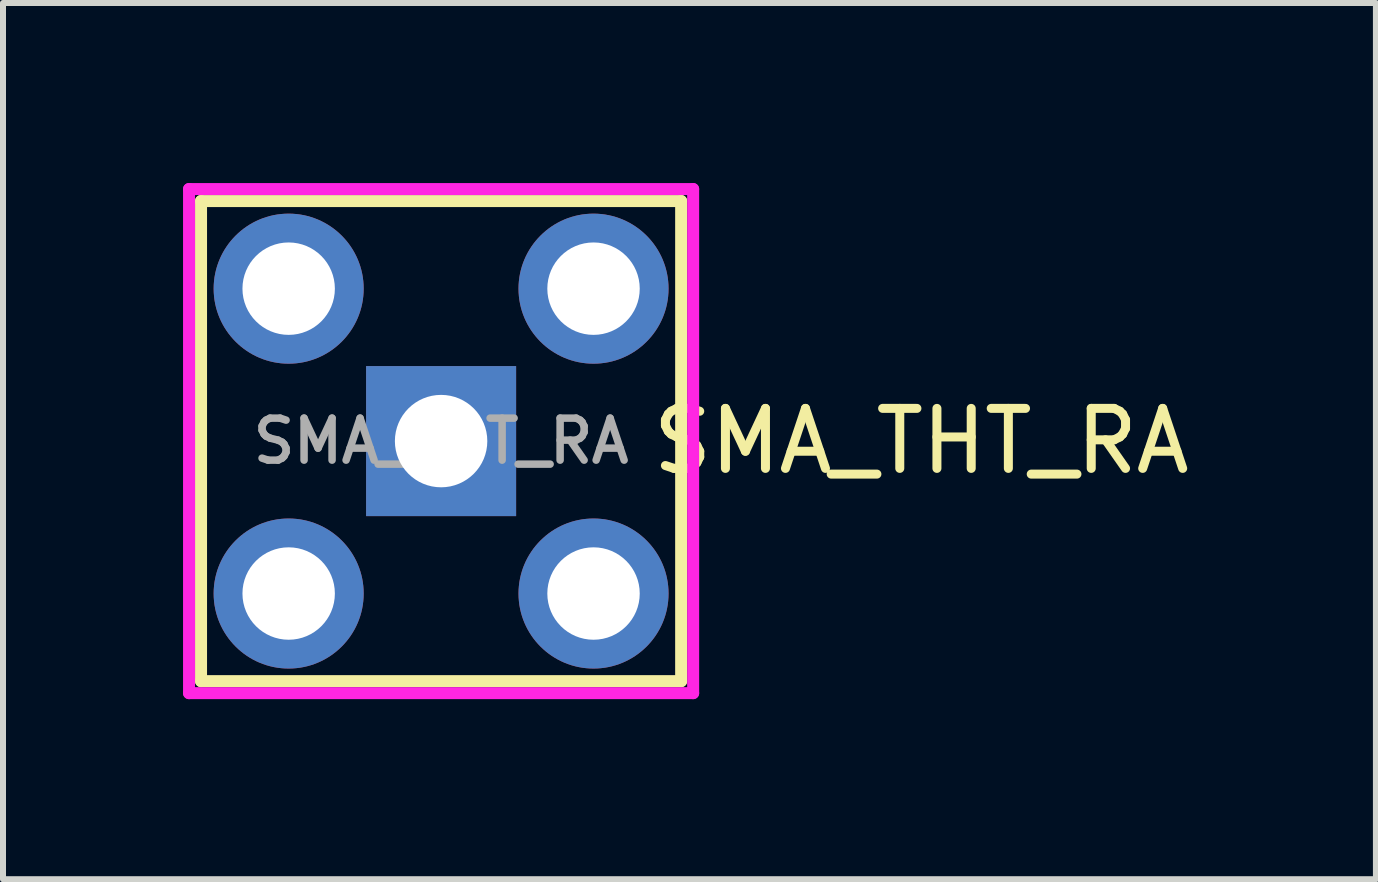
<source format=kicad_pcb>
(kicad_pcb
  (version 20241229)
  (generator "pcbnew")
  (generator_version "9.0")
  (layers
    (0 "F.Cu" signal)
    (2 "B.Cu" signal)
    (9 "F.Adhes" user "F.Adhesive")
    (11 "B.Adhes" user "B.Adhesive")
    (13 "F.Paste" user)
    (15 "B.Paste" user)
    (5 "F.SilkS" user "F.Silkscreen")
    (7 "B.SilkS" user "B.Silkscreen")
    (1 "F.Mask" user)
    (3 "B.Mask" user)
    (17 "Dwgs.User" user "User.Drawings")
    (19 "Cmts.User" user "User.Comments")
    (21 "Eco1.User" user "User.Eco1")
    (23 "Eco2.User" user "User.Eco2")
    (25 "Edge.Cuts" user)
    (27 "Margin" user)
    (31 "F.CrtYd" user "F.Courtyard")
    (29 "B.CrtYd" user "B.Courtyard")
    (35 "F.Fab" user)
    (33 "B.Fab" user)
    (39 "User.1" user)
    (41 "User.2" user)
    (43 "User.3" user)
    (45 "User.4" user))
  (footprint "SMA_THT_RA"
    (layer "F.Cu")
    (at 4.3 4.3)
    (property "Reference" "SMA_THT_RA" (at 8 0 0) (layer "F.SilkS") (effects (font (size 1 1) (thickness 0.15))))
    (attr through_hole)
    (fp_line (start -4 -4) (end -4 4) (stroke (width 0.2) (type solid)) (layer "F.SilkS"))
    (fp_line (start -4 4) (end 4 4) (stroke (width 0.2) (type solid)) (layer "F.SilkS"))
    (fp_line (start 4 -4) (end -4 -4) (stroke (width 0.2) (type solid)) (layer "F.SilkS"))
    (fp_line (start 4 4) (end 4 -4) (stroke (width 0.2) (type solid)) (layer "F.SilkS"))
    (fp_line (start 0 0) (end 0 0) (stroke (width 0.1) (type solid)) (layer "Dwgs.User"))
    (fp_line (start 0 0) (end 0 0) (stroke (width 0.1) (type solid)) (layer "Dwgs.User"))
    (fp_line (start 0 0) (end 0 0) (stroke (width 0.1) (type solid)) (layer "Dwgs.User"))
    (fp_line (start 0 0) (end 0 0) (stroke (width 0.1) (type solid)) (layer "Dwgs.User"))
    (fp_line (start 0 0) (end 0 0) (stroke (width 0.1) (type solid)) (layer "Dwgs.User"))
    (fp_line (start 0 0) (end 0 0) (stroke (width 0.1) (type solid)) (layer "Dwgs.User"))
    (fp_line (start 0 0) (end 0 0) (stroke (width 0.1) (type solid)) (layer "Dwgs.User"))
    (fp_line (start 0 0) (end 0 0) (stroke (width 0.1) (type solid)) (layer "Dwgs.User"))
    (fp_line (start 0 0) (end 0 0) (stroke (width 0.1) (type solid)) (layer "Dwgs.User"))
    (fp_line (start 0 0) (end 0 0) (stroke (width 0.1) (type solid)) (layer "Dwgs.User"))
    (fp_line (start 0 0) (end 0 0) (stroke (width 0.1) (type solid)) (layer "Dwgs.User"))
    (fp_line (start 0 0) (end 0 0) (stroke (width 0.1) (type solid)) (layer "Dwgs.User"))
    (fp_line (start 0 0) (end 0 0) (stroke (width 0.1) (type solid)) (layer "Dwgs.User"))
    (fp_line (start 0 0) (end 0 0) (stroke (width 0.1) (type solid)) (layer "Dwgs.User"))
    (fp_line (start 0 0) (end 0 0) (stroke (width 0.1) (type solid)) (layer "Dwgs.User"))
    (fp_line (start 0 0) (end 0 0) (stroke (width 0.1) (type solid)) (layer "Dwgs.User"))
    (fp_line (start 0 0) (end 0 0) (stroke (width 0.1) (type solid)) (layer "Dwgs.User"))
    (fp_line (start 0 0) (end 0 0) (stroke (width 0.1) (type solid)) (layer "Dwgs.User"))
    (fp_line (start 0 0) (end 0 0) (stroke (width 0.1) (type solid)) (layer "Dwgs.User"))
    (fp_line (start 0 0) (end 0 0) (stroke (width 0.1) (type solid)) (layer "Dwgs.User"))
    (fp_line (start 0 0) (end 0 0) (stroke (width 0.1) (type solid)) (layer "Dwgs.User"))
    (fp_line (start 0 0) (end 0 0) (stroke (width 0.1) (type solid)) (layer "Dwgs.User"))
    (fp_line (start 0 0) (end 0 0) (stroke (width 0.1) (type solid)) (layer "Dwgs.User"))
    (fp_line (start 0 0) (end 0 0) (stroke (width 0.1) (type solid)) (layer "Dwgs.User"))
    (fp_line (start 0 0) (end 0 0) (stroke (width 0.1) (type solid)) (layer "Dwgs.User"))
    (fp_line (start 0 0) (end 0 0) (stroke (width 0.1) (type solid)) (layer "Dwgs.User"))
    (fp_line (start 0 0) (end 0 0) (stroke (width 0.1) (type solid)) (layer "Dwgs.User"))
    (fp_line (start 0 0) (end 0 0) (stroke (width 0.1) (type solid)) (layer "Dwgs.User"))
    (fp_line (start 0 0) (end 0 0) (stroke (width 0.1) (type solid)) (layer "Dwgs.User"))
    (fp_line (start 0 0) (end 0 0) (stroke (width 0.1) (type solid)) (layer "Dwgs.User"))
    (fp_line (start 0 0) (end 0 0) (stroke (width 0.1) (type solid)) (layer "Dwgs.User"))
    (fp_line (start 0 0) (end 0 0) (stroke (width 0.1) (type solid)) (layer "Dwgs.User"))
    (fp_line (start 0 0) (end 0 0) (stroke (width 0.1) (type solid)) (layer "Dwgs.User"))
    (fp_line (start 0 0) (end 0 0) (stroke (width 0.1) (type solid)) (layer "Dwgs.User"))
    (fp_line (start 0 0) (end 0 0) (stroke (width 0.1) (type solid)) (layer "Dwgs.User"))
    (fp_line (start 0 0) (end 0 0) (stroke (width 0.1) (type solid)) (layer "Dwgs.User"))
    (fp_line (start 0 0) (end 0 0) (stroke (width 0.1) (type solid)) (layer "Dwgs.User"))
    (fp_line (start 0 0) (end 0 0) (stroke (width 0.1) (type solid)) (layer "Dwgs.User"))
    (fp_line (start 0 0) (end 0 0) (stroke (width 0.1) (type solid)) (layer "Dwgs.User"))
    (fp_line (start 0 0) (end 0 0) (stroke (width 0.1) (type solid)) (layer "Dwgs.User"))
    (fp_line (start 0 0) (end 0 0) (stroke (width 0.1) (type solid)) (layer "Dwgs.User"))
    (fp_line (start 0 0) (end 0 0) (stroke (width 0.1) (type solid)) (layer "Dwgs.User"))
    (fp_line (start 0 0) (end 0 0) (stroke (width 0.1) (type solid)) (layer "Dwgs.User"))
    (fp_line (start 0 0) (end 0 0) (stroke (width 0.1) (type solid)) (layer "Dwgs.User"))
    (fp_line (start 0 0) (end 0 0) (stroke (width 0.1) (type solid)) (layer "Dwgs.User"))
    (fp_line (start 0 0) (end 0 0) (stroke (width 0.1) (type solid)) (layer "Dwgs.User"))
    (fp_line (start 0 0) (end 0 0) (stroke (width 0.1) (type solid)) (layer "Dwgs.User"))
    (fp_line (start 0 0) (end 0 0) (stroke (width 0.1) (type solid)) (layer "Dwgs.User"))
    (fp_line (start 0 0) (end 0 0) (stroke (width 0.1) (type solid)) (layer "Dwgs.User"))
    (fp_line (start 0 0) (end 0 0) (stroke (width 0.1) (type solid)) (layer "Dwgs.User"))
    (fp_line (start 0 0) (end 0 0) (stroke (width 0.1) (type solid)) (layer "Dwgs.User"))
    (fp_line (start 0 0) (end 0 0) (stroke (width 0.1) (type solid)) (layer "Dwgs.User"))
    (fp_line (start 0 0) (end 0 0) (stroke (width 0.1) (type solid)) (layer "Dwgs.User"))
    (fp_line (start 0 0) (end 0 0) (stroke (width 0.1) (type solid)) (layer "Dwgs.User"))
    (fp_line (start 0 0) (end 0 0) (stroke (width 0.1) (type solid)) (layer "Dwgs.User"))
    (fp_line (start 0 0) (end 0 0) (stroke (width 0.1) (type solid)) (layer "Dwgs.User"))
    (fp_line (start 0 0) (end 0 0) (stroke (width 0.1) (type solid)) (layer "Dwgs.User"))
    (fp_line (start 0 0) (end 0 0) (stroke (width 0.1) (type solid)) (layer "Dwgs.User"))
    (fp_line (start 0 0) (end 0 0) (stroke (width 0.1) (type solid)) (layer "Dwgs.User"))
    (fp_line (start 0 0) (end 0 0) (stroke (width 0.1) (type solid)) (layer "Dwgs.User"))
    (fp_line (start 0 0) (end 0 0) (stroke (width 0.1) (type solid)) (layer "Dwgs.User"))
    (fp_line (start 0 0) (end 0 0) (stroke (width 0.1) (type solid)) (layer "Dwgs.User"))
    (fp_line (start 0 0) (end 0 0) (stroke (width 0.1) (type solid)) (layer "Dwgs.User"))
    (fp_line (start 0 0) (end 0 0) (stroke (width 0.1) (type solid)) (layer "Dwgs.User"))
    (fp_line (start 0 0) (end 0 0) (stroke (width 0.1) (type solid)) (layer "Dwgs.User"))
    (fp_line (start 0 0) (end 0 0) (stroke (width 0.1) (type solid)) (layer "Dwgs.User"))
    (fp_line (start 0 0) (end 0 0) (stroke (width 0.1) (type solid)) (layer "Dwgs.User"))
    (fp_line (start 0 0) (end 0 0) (stroke (width 0.1) (type solid)) (layer "Dwgs.User"))
    (fp_line (start 0 0) (end 0 0) (stroke (width 0.1) (type solid)) (layer "Dwgs.User"))
    (fp_line (start 0 0) (end 0 0) (stroke (width 0.1) (type solid)) (layer "Dwgs.User"))
    (fp_line (start 0 0) (end 0 0) (stroke (width 0.1) (type solid)) (layer "Dwgs.User"))
    (fp_line (start 0 0) (end 0 0) (stroke (width 0.1) (type solid)) (layer "Dwgs.User"))
    (fp_line (start 0 0) (end 0 0) (stroke (width 0.1) (type solid)) (layer "Dwgs.User"))
    (fp_line (start 0 0) (end 0 0) (stroke (width 0.1) (type solid)) (layer "Dwgs.User"))
    (fp_line (start 0 0) (end 0 0) (stroke (width 0.1) (type solid)) (layer "Dwgs.User"))
    (fp_line (start 0 0) (end 0 0) (stroke (width 0.1) (type solid)) (layer "Dwgs.User"))
    (fp_line (start 0 0) (end 0 0) (stroke (width 0.1) (type solid)) (layer "Dwgs.User"))
    (fp_line (start 0 0) (end 0 0) (stroke (width 0.1) (type solid)) (layer "Dwgs.User"))
    (fp_line (start 0 0) (end 0 0) (stroke (width 0.1) (type solid)) (layer "Dwgs.User"))
    (fp_line (start 0 0) (end 0 0) (stroke (width 0.1) (type solid)) (layer "Dwgs.User"))
    (fp_line (start 0 0) (end 0 0) (stroke (width 0.1) (type solid)) (layer "Dwgs.User"))
    (fp_line (start 0 0) (end 0 0) (stroke (width 0.1) (type solid)) (layer "Dwgs.User"))
    (fp_line (start 0 0) (end 0 0) (stroke (width 0.1) (type solid)) (layer "Dwgs.User"))
    (fp_line (start 0 0) (end 0 0) (stroke (width 0.1) (type solid)) (layer "Dwgs.User"))
    (fp_line (start 0 0) (end 0 0) (stroke (width 0.1) (type solid)) (layer "Dwgs.User"))
    (fp_line (start 0 0) (end 0 0) (stroke (width 0.1) (type solid)) (layer "Dwgs.User"))
    (fp_line (start 0 0) (end 0 0) (stroke (width 0.1) (type solid)) (layer "Dwgs.User"))
    (fp_line (start 0 0) (end 0 0) (stroke (width 0.1) (type solid)) (layer "Dwgs.User"))
    (fp_line (start 0 0) (end 0 0) (stroke (width 0.1) (type solid)) (layer "Dwgs.User"))
    (fp_line (start 0 0) (end 0 0) (stroke (width 0.1) (type solid)) (layer "Dwgs.User"))
    (fp_line (start 0 0) (end 0 0) (stroke (width 0.1) (type solid)) (layer "Dwgs.User"))
    (fp_line (start 0 0) (end 0 0) (stroke (width 0.1) (type solid)) (layer "Dwgs.User"))
    (fp_line (start 0 0) (end 0 0) (stroke (width 0.1) (type solid)) (layer "Dwgs.User"))
    (fp_line (start 0 0) (end 0 0) (stroke (width 0.1) (type solid)) (layer "Dwgs.User"))
    (fp_line (start 0 0) (end 0 0) (stroke (width 0.1) (type solid)) (layer "Dwgs.User"))
    (fp_line (start 0 0) (end 0 0) (stroke (width 0.1) (type solid)) (layer "Dwgs.User"))
    (fp_line (start 0 0) (end 0 0) (stroke (width 0.1) (type solid)) (layer "Dwgs.User"))
    (fp_line (start 0 0) (end 0 0) (stroke (width 0.1) (type solid)) (layer "Dwgs.User"))
    (fp_line (start 0 0) (end 0 0) (stroke (width 0.1) (type solid)) (layer "Dwgs.User"))
    (fp_line (start 0 0) (end 0 0) (stroke (width 0.1) (type solid)) (layer "Dwgs.User"))
    (fp_line (start 0 0) (end 0 0) (stroke (width 0.1) (type solid)) (layer "Dwgs.User"))
    (fp_line (start 0 0) (end 0 0) (stroke (width 0.1) (type solid)) (layer "Dwgs.User"))
    (fp_line (start 0 0) (end 0 0) (stroke (width 0.1) (type solid)) (layer "Dwgs.User"))
    (fp_line (start 0 0) (end 0 0) (stroke (width 0.1) (type solid)) (layer "Dwgs.User"))
    (fp_line (start 0 0) (end 0 0) (stroke (width 0.1) (type solid)) (layer "Dwgs.User"))
    (fp_line (start 0 0) (end 0 0) (stroke (width 0.1) (type solid)) (layer "Dwgs.User"))
    (fp_line (start 0 0) (end 0 0) (stroke (width 0.1) (type solid)) (layer "Dwgs.User"))
    (fp_line (start 0 0) (end 0 0) (stroke (width 0.1) (type solid)) (layer "Dwgs.User"))
    (fp_line (start 0 0) (end 0 0) (stroke (width 0.1) (type solid)) (layer "Dwgs.User"))
    (fp_line (start 0 0) (end 0 0) (stroke (width 0.1) (type solid)) (layer "Dwgs.User"))
    (fp_line (start 0 0) (end 0 0) (stroke (width 0.1) (type solid)) (layer "Dwgs.User"))
    (fp_line (start 0 0) (end 0 0) (stroke (width 0.1) (type solid)) (layer "Dwgs.User"))
    (fp_line (start 0 0) (end 0 0) (stroke (width 0.1) (type solid)) (layer "Dwgs.User"))
    (fp_line (start 0 0) (end 0 0) (stroke (width 0.1) (type solid)) (layer "Dwgs.User"))
    (fp_line (start 0 0) (end 0 0) (stroke (width 0.1) (type solid)) (layer "Dwgs.User"))
    (fp_line (start 0 0) (end 0 0) (stroke (width 0.1) (type solid)) (layer "Dwgs.User"))
    (fp_line (start 0 0) (end 0 0) (stroke (width 0.1) (type solid)) (layer "Dwgs.User"))
    (fp_line (start 0 0) (end 0 0) (stroke (width 0.1) (type solid)) (layer "Dwgs.User"))
    (fp_line (start 0 0) (end 0 0) (stroke (width 0.1) (type solid)) (layer "Dwgs.User"))
    (fp_line (start 0 0) (end 0 0) (stroke (width 0.1) (type solid)) (layer "Dwgs.User"))
    (fp_line (start 0 0) (end 0 0) (stroke (width 0.1) (type solid)) (layer "Dwgs.User"))
    (fp_line (start 0 0) (end 0 0) (stroke (width 0.1) (type solid)) (layer "Dwgs.User"))
    (fp_line (start 0 0) (end 0 0) (stroke (width 0.1) (type solid)) (layer "Dwgs.User"))
    (fp_line (start 0 0) (end 0 0) (stroke (width 0.1) (type solid)) (layer "Dwgs.User"))
    (fp_line (start 0 0) (end 0 0) (stroke (width 0.1) (type solid)) (layer "Dwgs.User"))
    (fp_line (start 0 0) (end 0 0) (stroke (width 0.1) (type solid)) (layer "Dwgs.User"))
    (fp_line (start 0 0) (end 0 0) (stroke (width 0.1) (type solid)) (layer "Dwgs.User"))
    (fp_line (start 0 0) (end 0 0) (stroke (width 0.1) (type solid)) (layer "Dwgs.User"))
    (fp_line (start 0 0) (end 0 0) (stroke (width 0.1) (type solid)) (layer "Dwgs.User"))
    (fp_line (start 0 0) (end 0 0) (stroke (width 0.1) (type solid)) (layer "Dwgs.User"))
    (fp_line (start 0 0) (end 0 0) (stroke (width 0.1) (type solid)) (layer "Dwgs.User"))
    (fp_line (start 0 0) (end 0 0) (stroke (width 0.1) (type solid)) (layer "Dwgs.User"))
    (fp_line (start 0 0) (end 0 0) (stroke (width 0.1) (type solid)) (layer "Dwgs.User"))
    (fp_line (start 0 0) (end 0 0) (stroke (width 0.1) (type solid)) (layer "Dwgs.User"))
    (fp_line (start 0 0) (end 0 0) (stroke (width 0.1) (type solid)) (layer "Dwgs.User"))
    (fp_line (start 0 0) (end 0 0) (stroke (width 0.1) (type solid)) (layer "Dwgs.User"))
    (fp_line (start 0 0) (end 0 0) (stroke (width 0.1) (type solid)) (layer "Dwgs.User"))
    (fp_line (start 0 0) (end 0 0) (stroke (width 0.1) (type solid)) (layer "Dwgs.User"))
    (fp_line (start 0 0) (end 0 0) (stroke (width 0.1) (type solid)) (layer "Dwgs.User"))
    (fp_line (start 0 0) (end 0 0) (stroke (width 0.1) (type solid)) (layer "Dwgs.User"))
    (fp_line (start 0 0) (end 0 0) (stroke (width 0.1) (type solid)) (layer "Dwgs.User"))
    (fp_line (start 0 0) (end 0 0) (stroke (width 0.1) (type solid)) (layer "Dwgs.User"))
    (fp_line (start 0 0) (end 0 0) (stroke (width 0.1) (type solid)) (layer "Dwgs.User"))
    (fp_line (start 0 0) (end 0 0) (stroke (width 0.1) (type solid)) (layer "Dwgs.User"))
    (fp_line (start 0 0) (end 0 0) (stroke (width 0.1) (type solid)) (layer "Dwgs.User"))
    (fp_line (start 0 0) (end 0 0) (stroke (width 0.1) (type solid)) (layer "Dwgs.User"))
    (fp_line (start 0 0) (end 0 0) (stroke (width 0.1) (type solid)) (layer "Dwgs.User"))
    (fp_line (start 0 0) (end 0 0) (stroke (width 0.1) (type solid)) (layer "Dwgs.User"))
    (fp_line (start 0 0) (end 0 0) (stroke (width 0.1) (type solid)) (layer "Dwgs.User"))
    (fp_line (start 0 0) (end 0 0) (stroke (width 0.1) (type solid)) (layer "Dwgs.User"))
    (fp_line (start 0 0) (end 0 0) (stroke (width 0.1) (type solid)) (layer "Dwgs.User"))
    (fp_line (start 0 0) (end 0 0) (stroke (width 0.1) (type solid)) (layer "Dwgs.User"))
    (fp_line (start 0 0) (end 0 0) (stroke (width 0.1) (type solid)) (layer "Dwgs.User"))
    (fp_line (start 0 0) (end 0 0) (stroke (width 0.1) (type solid)) (layer "Dwgs.User"))
    (fp_line (start 0 0) (end 0 0) (stroke (width 0.1) (type solid)) (layer "Dwgs.User"))
    (fp_line (start 0 0) (end 0 0) (stroke (width 0.1) (type solid)) (layer "Dwgs.User"))
    (fp_line (start 0 0) (end 0 0) (stroke (width 0.1) (type solid)) (layer "Dwgs.User"))
    (fp_line (start 0 0) (end 0 0) (stroke (width 0.1) (type solid)) (layer "Dwgs.User"))
    (fp_line (start 0 0) (end 0 0) (stroke (width 0.1) (type solid)) (layer "Dwgs.User"))
    (fp_line (start 0 0) (end 0 0) (stroke (width 0.1) (type solid)) (layer "Dwgs.User"))
    (fp_line (start 0 0) (end 0 0) (stroke (width 0.1) (type solid)) (layer "Dwgs.User"))
    (fp_line (start 0 0) (end 0 0) (stroke (width 0.1) (type solid)) (layer "Dwgs.User"))
    (fp_line (start 0 0) (end 0 0) (stroke (width 0.1) (type solid)) (layer "Dwgs.User"))
    (fp_line (start 0 0) (end 0 0) (stroke (width 0.1) (type solid)) (layer "Dwgs.User"))
    (fp_arc (start 0 0) (mid 0 0) (end 0 0) (stroke (width 0.1) (type solid)) (layer "Dwgs.User"))
    (fp_arc (start 0 0) (mid 0 0) (end 0 0) (stroke (width 0.1) (type solid)) (layer "Dwgs.User"))
    (fp_arc (start 0 0) (mid 0 0) (end 0 0) (stroke (width 0.1) (type solid)) (layer "Dwgs.User"))
    (fp_arc (start 0 0) (mid 0 0) (end 0 0) (stroke (width 0.1) (type solid)) (layer "Dwgs.User"))
    (fp_line (start -4.2 -4.2) (end -4.2 4.2) (stroke (width 0.2) (type solid)) (layer "F.CrtYd"))
    (fp_line (start -4.2 4.2) (end 4.2 4.2) (stroke (width 0.2) (type solid)) (layer "F.CrtYd"))
    (fp_line (start 4.2 -4.2) (end -4.2 -4.2) (stroke (width 0.2) (type solid)) (layer "F.CrtYd"))
    (fp_line (start 4.2 4.2) (end 4.2 -4.2) (stroke (width 0.2) (type solid)) (layer "F.CrtYd"))
    (fp_text user "${REFERENCE}" (at 0 0 0) (layer "F.Fab") (effects (font (size 0.7 0.7) (thickness 0.125))))
    (pad "1" thru_hole rect (at 0 0) (size 2.5 2.5) (drill 1.54) (layers "*.Cu" "*.Mask"))
    (pad "2" thru_hole circle (at -2.54 -2.54) (size 2.5 2.5) (drill 1.54) (layers "*.Cu" "*.Mask"))
    (pad "2" thru_hole circle (at -2.54 2.54) (size 2.5 2.5) (drill 1.54) (layers "*.Cu" "*.Mask"))
    (pad "2" thru_hole circle (at 2.54 -2.54) (size 2.5 2.5) (drill 1.54) (layers "*.Cu" "*.Mask"))
    (pad "2" thru_hole circle (at 2.54 2.54) (size 2.5 2.5) (drill 1.54) (layers "*.Cu" "*.Mask")))
  (gr_rect
    (start -3 -3)
    (end 19.877 11.6)
    (stroke (width 0.1) (type default))
    (fill no)
    (layer "Edge.Cuts")))
</source>
